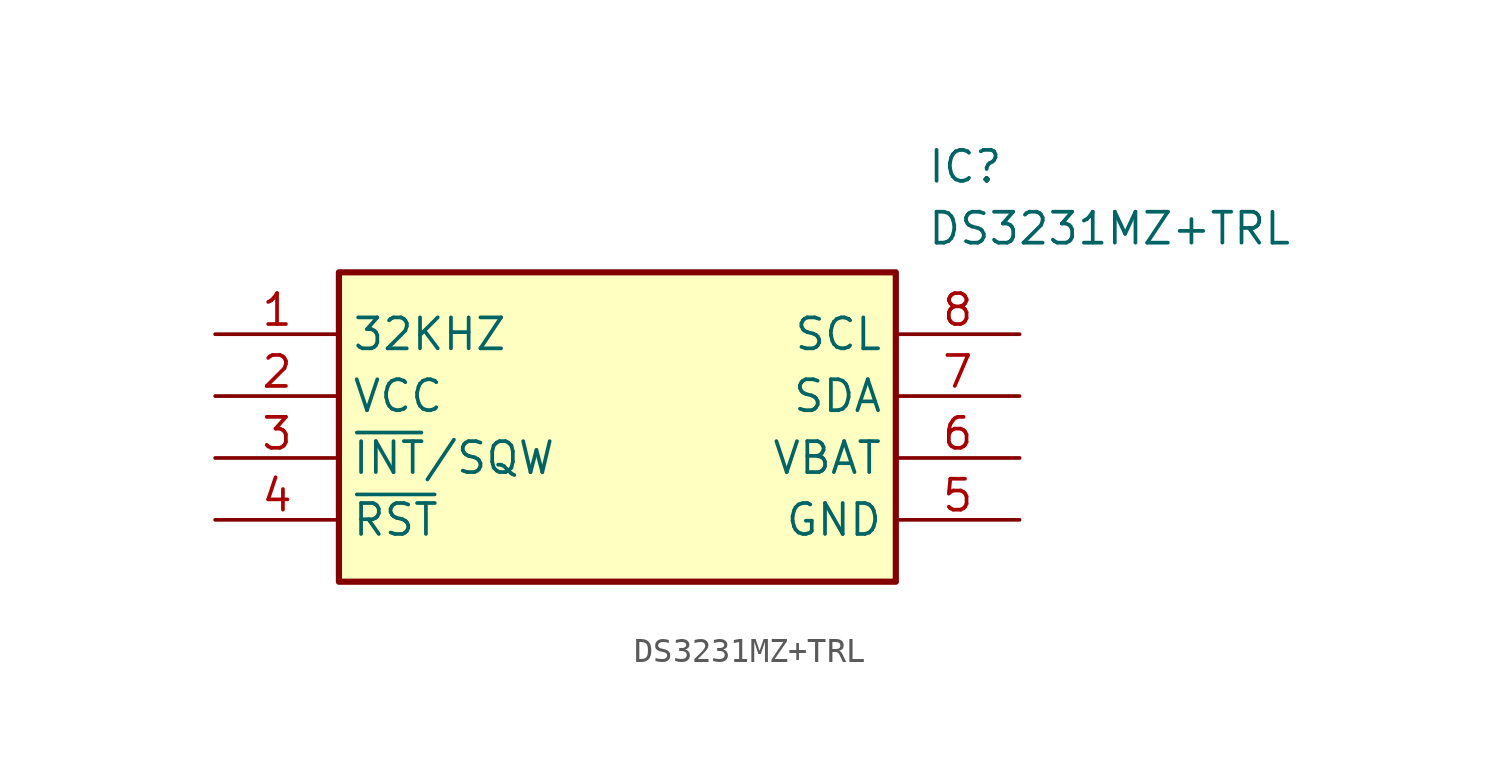
<source format=kicad_sym>
(kicad_symbol_lib
  (version 20211014)
  (generator SamacSys_ECAD_Model)
  (symbol "DS3231MZ+TRL"
    (property "Reference" "IC"
      (at 29.21 7.62 0)
      (effects (font (size 1.27 1.27)) (justify left top)))
    (property "Value" "DS3231MZ+TRL"
      (at 29.21 5.08 0)
      (effects (font (size 1.27 1.27)) (justify left top)))
    (rectangle
      (start 5.08 2.54)
      (end 27.94 -10.16)
      (stroke (width 0.254) (type default))
      (fill (type background)))
    (pin output line
      (at 0 0 0)
      (length 5.08)
      (name "32KHZ" (effects (font (size 1.27 1.27))))
      (number "1" (effects (font (size 1.27 1.27)))))
    (pin power_in line
      (at 0 -2.54 0)
      (length 5.08)
      (name "VCC" (effects (font (size 1.27 1.27))))
      (number "2" (effects (font (size 1.27 1.27)))))
    (pin output line
      (at 0 -5.08 0)
      (length 5.08)
      (name "~{INT}/SQW" (effects (font (size 1.27 1.27))))
      (number "3" (effects (font (size 1.27 1.27)))))
    (pin bidirectional line
      (at 0 -7.62 0)
      (length 5.08)
      (name "~{RST}" (effects (font (size 1.27 1.27))))
      (number "4" (effects (font (size 1.27 1.27)))))
    (pin input line
      (at 33.02 0 180)
      (length 5.08)
      (name "SCL" (effects (font (size 1.27 1.27))))
      (number "8" (effects (font (size 1.27 1.27)))))
    (pin bidirectional line
      (at 33.02 -2.54 180)
      (length 5.08)
      (name "SDA" (effects (font (size 1.27 1.27))))
      (number "7" (effects (font (size 1.27 1.27)))))
    (pin power_in line
      (at 33.02 -5.08 180)
      (length 5.08)
      (name "VBAT" (effects (font (size 1.27 1.27))))
      (number "6" (effects (font (size 1.27 1.27)))))
    (pin power_in line
      (at 33.02 -7.62 180)
      (length 5.08)
      (name "GND" (effects (font (size 1.27 1.27))))
      (number "5" (effects (font (size 1.27 1.27)))))))
</source>
